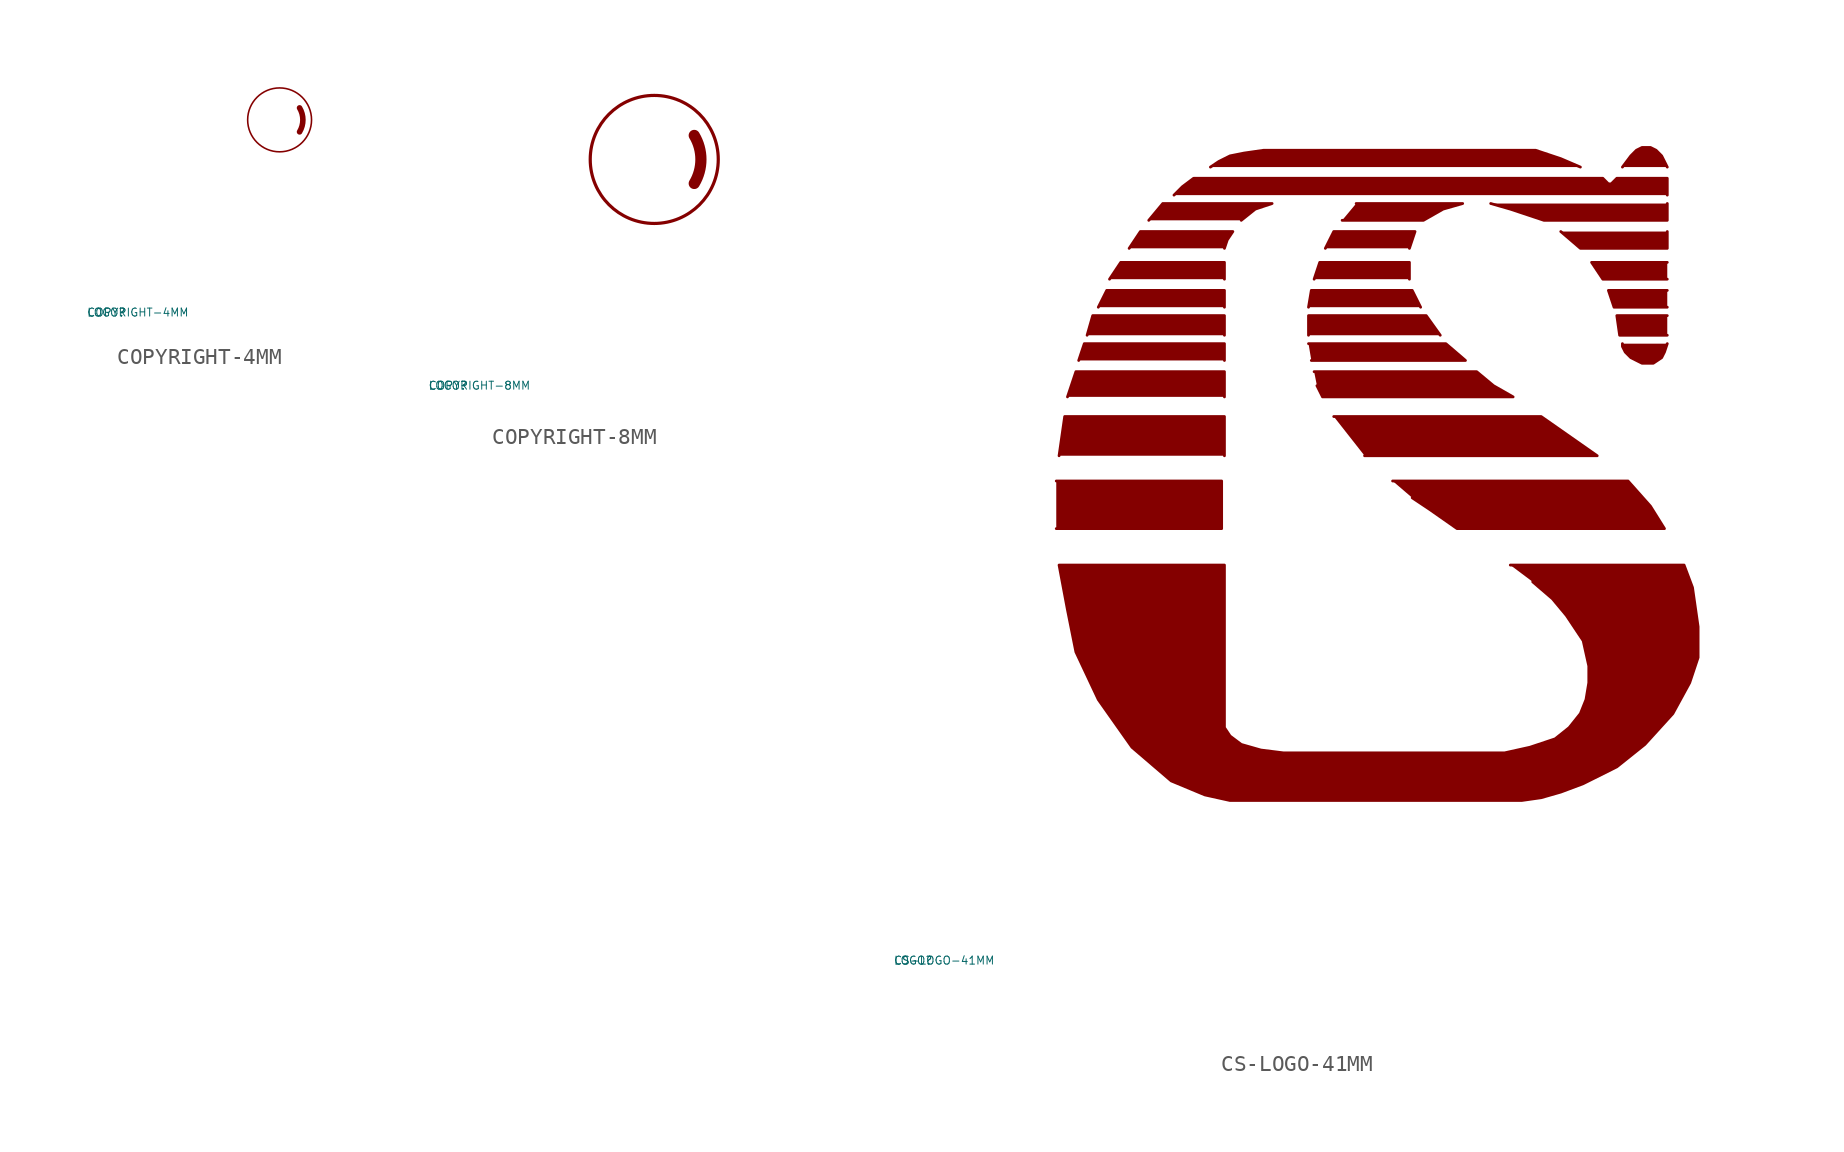
<source format=kicad_sym>
(kicad_symbol_lib
  (version 20220914)
  (generator Eagle2Kicad)
  (symbol "COPYRIGHT-4MM"
    (property "Reference" "LOGO"
      (at -10 -10 0)
      (effects (font (size 0.5 0.5) (thickness 0.06)) (justify left)))
    (property "Value" "COPYRIGHT-4MM"
      (at -10 -10 0)
      (effects (font (size 0.5 0.5) (thickness 0.06)) (justify left)))
    (arc
      (start 3.33 1.305)
      (mid 3.538 2.055)
      (end 3.33 2.805)
      (stroke (width 0.35) (type default))
      (fill (type none)))
    (circle
      (center 2.08 2.055)
      (radius 2)
      (stroke (width 0.1) (type default))
      (fill (type none))))
  (symbol "COPYRIGHT-8MM"
    (property "Reference" "LOGO"
      (at -10 -10 0)
      (effects (font (size 0.5 0.5) (thickness 0.06)) (justify left)))
    (property "Value" "COPYRIGHT-8MM"
      (at -10 -10 0)
      (effects (font (size 0.5 0.5) (thickness 0.06)) (justify left)))
    (arc
      (start 6.6275 2.6275)
      (mid 7.044 4.128)
      (end 6.6275 5.6275)
      (stroke (width 0.7) (type default))
      (fill (type none)))
    (circle
      (center 4.128 4.128)
      (radius 4)
      (stroke (width 0.2) (type default))
      (fill (type none))))
  (symbol "CS-LOGO-41MM"
    (property "Reference" "LOGO"
      (at -10 -10 0)
      (effects (font (size 0.5 0.5) (thickness 0.06)) (justify left)))
    (property "Value" "CS-LOGO-41MM"
      (at -10 -10 0)
      (effects (font (size 0.5 0.5) (thickness 0.06)) (justify left)))
    (polyline
      (pts (xy 0.175 19.974) (xy 10.513 19.974) (xy 10.513 16.996) (xy 0.175 16.996))
      (stroke (width 0.175) (type default))
      (fill (type outline)))
    (polyline
      (pts (xy 0.35 21.551) (xy 0.701 24.004) (xy 10.688 24.004) (xy 10.688 21.551))
      (stroke (width 0.175) (type default))
      (fill (type outline)))
    (polyline
      (pts (xy 0.876 25.231) (xy 1.402 26.808) (xy 10.688 26.808) (xy 10.688 25.231))
      (stroke (width 0.175) (type default))
      (fill (type outline)))
    (polyline
      (pts (xy 1.577 27.509) (xy 1.927 28.56) (xy 10.688 28.56) (xy 10.688 27.509))
      (stroke (width 0.175) (type default))
      (fill (type outline)))
    (polyline
      (pts (xy 2.103 29.085) (xy 2.453 30.312) (xy 10.688 30.312) (xy 10.688 29.085))
      (stroke (width 0.175) (type default))
      (fill (type outline)))
    (polyline
      (pts (xy 2.803 30.838) (xy 3.329 31.889) (xy 10.688 31.889) (xy 10.688 30.838))
      (stroke (width 0.175) (type default))
      (fill (type outline)))
    (polyline
      (pts (xy 3.504 32.59) (xy 4.205 33.641) (xy 10.688 33.641) (xy 10.688 32.59))
      (stroke (width 0.175) (type default))
      (fill (type outline)))
    (polyline
      (pts (xy 4.731 34.517) (xy 5.432 35.568) (xy 11.214 35.568) (xy 10.863 35.043) (xy 10.688 34.517))
      (stroke (width 0.175) (type default))
      (fill (type outline)))
    (polyline
      (pts (xy 5.957 36.269) (xy 6.833 37.321) (xy 13.667 37.321) (xy 12.615 36.97) (xy 11.739 36.269))
      (stroke (width 0.175) (type default))
      (fill (type outline)))
    (polyline
      (pts (xy 7.534 37.846) (xy 8.06 38.372) (xy 8.761 38.898) (xy 34.342 38.898) (xy 34.517 38.722) (xy 34.692 38.547) (xy 34.868 38.547) (xy 35.218 38.898) (xy 38.372 38.898) (xy 38.372 37.846))
      (stroke (width 0.175) (type default))
      (fill (type outline)))
    (polyline
      (pts (xy 9.812 39.598) (xy 10.338 39.949) (xy 11.039 40.299) (xy 11.915 40.474) (xy 13.141 40.65) (xy 30.137 40.65) (xy 31.714 40.124) (xy 32.94 39.598))
      (stroke (width 0.175) (type default))
      (fill (type outline)))
    (polyline
      (pts (xy 35.568 39.598) (xy 36.094 40.299) (xy 36.444 40.65) (xy 36.795 40.825) (xy 37.321 40.825) (xy 37.671 40.65) (xy 38.021 40.299) (xy 38.197 39.949) (xy 38.372 39.598))
      (stroke (width 0.175) (type default))
      (fill (type outline)))
    (polyline
      (pts (xy 38.372 37.321) (xy 38.372 36.269) (xy 30.663 36.269) (xy 29.611 36.62) (xy 28.56 36.97) (xy 27.333 37.321))
      (stroke (width 0.175) (type default))
      (fill (type outline)))
    (polyline
      (pts (xy 38.372 35.568) (xy 38.372 34.517) (xy 32.94 34.517) (xy 31.714 35.568))
      (stroke (width 0.175) (type default))
      (fill (type outline)))
    (polyline
      (pts (xy 38.372 32.59) (xy 34.342 32.59) (xy 33.641 33.641) (xy 38.372 33.641))
      (stroke (width 0.175) (type default))
      (fill (type outline)))
    (polyline
      (pts (xy 38.372 30.838) (xy 35.043 30.838) (xy 34.692 31.889) (xy 38.372 31.889))
      (stroke (width 0.175) (type default))
      (fill (type outline)))
    (polyline
      (pts (xy 38.372 29.085) (xy 35.393 29.085) (xy 35.218 30.312) (xy 38.372 30.312))
      (stroke (width 0.175) (type default))
      (fill (type outline)))
    (polyline
      (pts (xy 38.372 28.56) (xy 38.197 28.034) (xy 38.021 27.684) (xy 37.496 27.333) (xy 36.795 27.333) (xy 36.094 27.684) (xy 35.744 28.034) (xy 35.568 28.385) (xy 35.568 28.56))
      (stroke (width 0.175) (type default))
      (fill (type outline)))
    (polyline
      (pts (xy 18.923 37.321) (xy 25.581 37.321) (xy 24.355 36.97) (xy 23.128 36.269) (xy 18.047 36.269))
      (stroke (width 0.175) (type default))
      (fill (type outline)))
    (polyline
      (pts (xy 16.996 34.517) (xy 17.521 35.568) (xy 22.603 35.568) (xy 22.252 34.517))
      (stroke (width 0.175) (type default))
      (fill (type outline)))
    (polyline
      (pts (xy 16.295 32.59) (xy 16.645 33.641) (xy 22.252 33.641) (xy 22.252 32.59))
      (stroke (width 0.175) (type default))
      (fill (type outline)))
    (polyline
      (pts (xy 15.944 30.838) (xy 16.12 31.889) (xy 22.427 31.889) (xy 22.953 30.838))
      (stroke (width 0.175) (type default))
      (fill (type outline)))
    (polyline
      (pts (xy 15.944 29.085) (xy 15.944 30.312) (xy 23.303 30.312) (xy 24.18 29.085))
      (stroke (width 0.175) (type default))
      (fill (type outline)))
    (polyline
      (pts (xy 15.944 28.56) (xy 24.53 28.56) (xy 25.756 27.509) (xy 16.12 27.509))
      (stroke (width 0.175) (type default))
      (fill (type outline)))
    (polyline
      (pts (xy 16.295 26.808) (xy 26.457 26.808) (xy 27.509 25.932) (xy 28.735 25.231) (xy 16.82 25.231) (xy 16.47 25.932))
      (stroke (width 0.175) (type default))
      (fill (type outline)))
    (polyline
      (pts (xy 17.521 24.004) (xy 30.487 24.004) (xy 33.992 21.551) (xy 19.449 21.551))
      (stroke (width 0.175) (type default))
      (fill (type outline)))
    (polyline
      (pts (xy 21.201 19.974) (xy 35.919 19.974) (xy 37.321 18.398) (xy 38.197 16.996) (xy 25.231 16.996) (xy 23.479 18.222) (xy 22.427 18.923))
      (stroke (width 0.175) (type default))
      (fill (type outline)))
    (polyline
      (pts (xy 28.56 14.718) (xy 39.423 14.718) (xy 39.949 13.316) (xy 40.299 10.863) (xy 40.299 8.936) (xy 39.774 7.359) (xy 38.722 5.432) (xy 36.97 3.504) (xy 35.218 2.103) (xy 33.115 1.051) (xy 31.714 0.526) (xy 30.487 0.175) (xy 29.261 0) (xy 11.039 0) (xy 9.462 0.35) (xy 7.359 1.226) (xy 4.906 3.329) (xy 2.803 6.308) (xy 1.402 9.286) (xy 0.876 11.915) (xy 0.35 14.718) (xy 10.688 14.718) (xy 10.688 4.556) (xy 11.039 4.03) (xy 11.739 3.504) (xy 12.966 3.154) (xy 14.367 2.979) (xy 28.209 2.979) (xy 29.786 3.329) (xy 31.363 3.855) (xy 32.239 4.556) (xy 32.94 5.432) (xy 33.291 6.308) (xy 33.466 7.359) (xy 33.466 8.41) (xy 33.115 9.987) (xy 32.064 11.564) (xy 31.188 12.615) (xy 29.962 13.667))
      (stroke (width 0.175) (type default))
      (fill (type outline)))))
</source>
